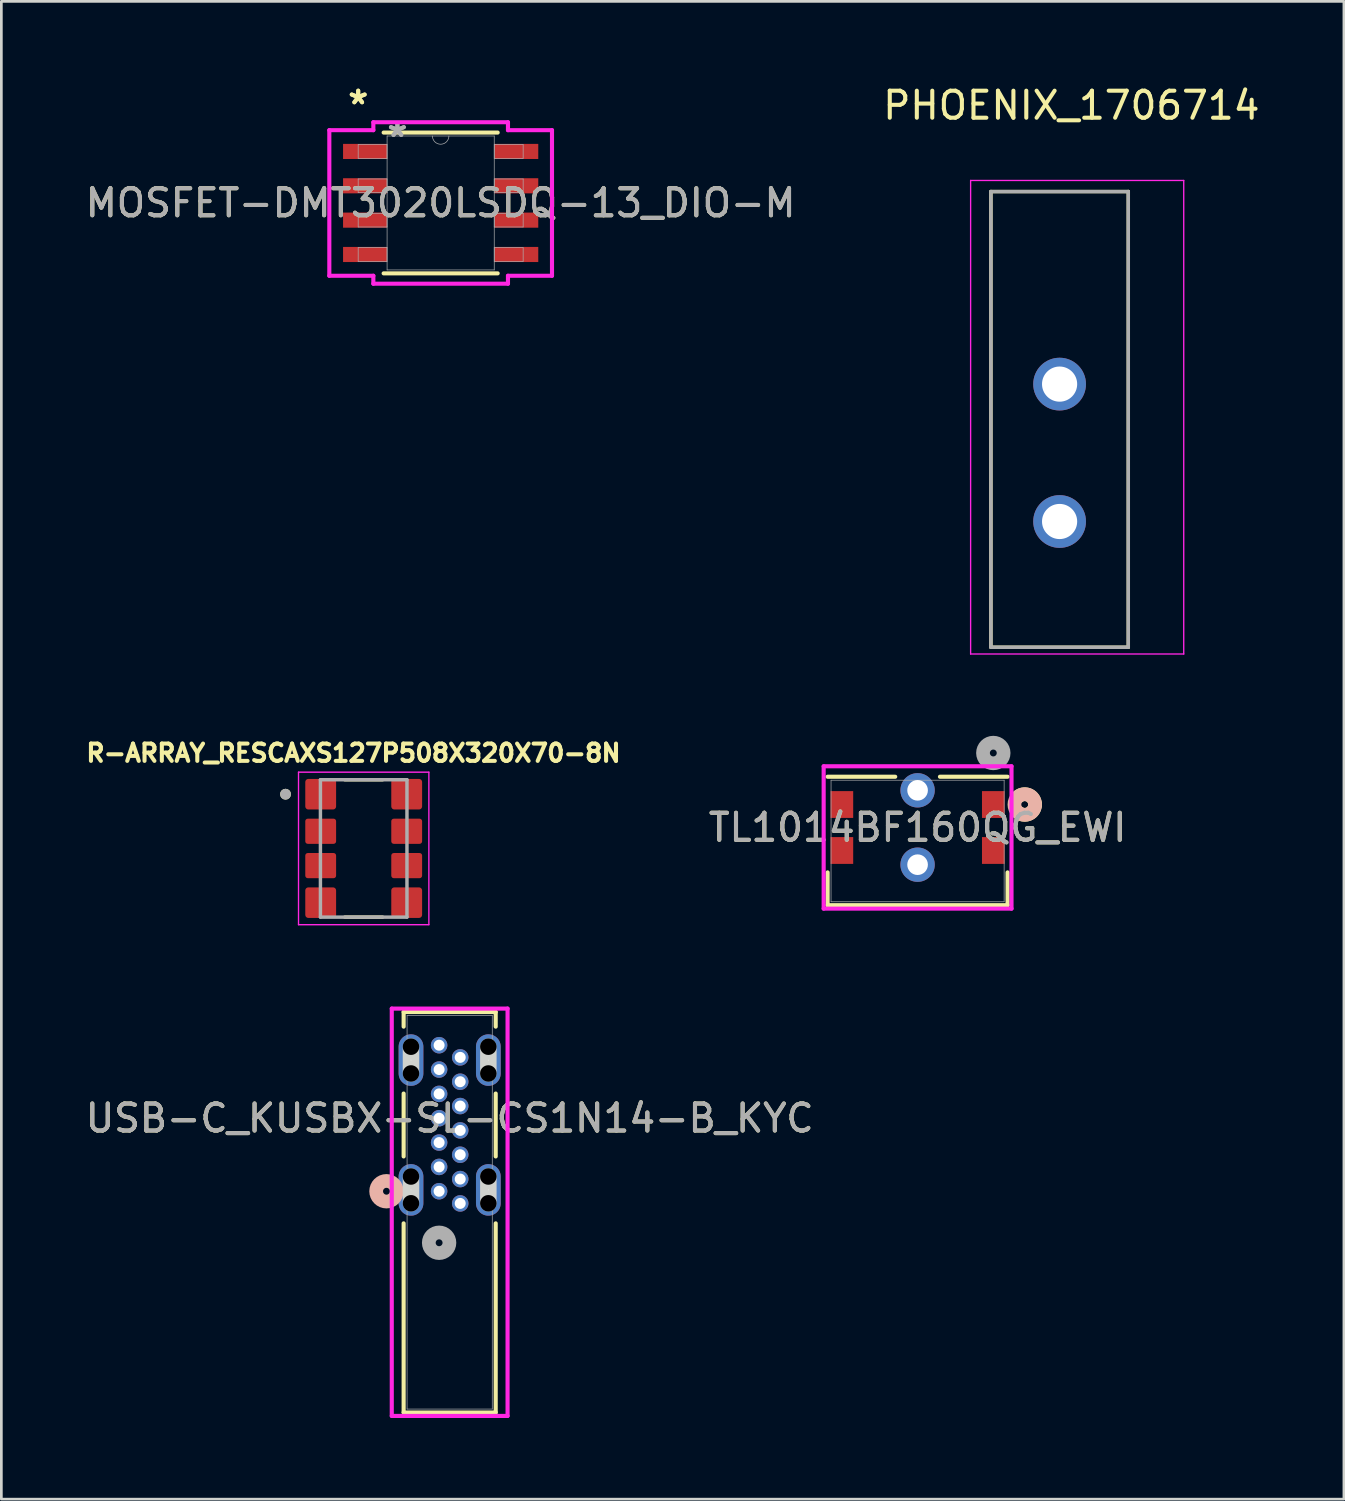
<source format=kicad_pcb>
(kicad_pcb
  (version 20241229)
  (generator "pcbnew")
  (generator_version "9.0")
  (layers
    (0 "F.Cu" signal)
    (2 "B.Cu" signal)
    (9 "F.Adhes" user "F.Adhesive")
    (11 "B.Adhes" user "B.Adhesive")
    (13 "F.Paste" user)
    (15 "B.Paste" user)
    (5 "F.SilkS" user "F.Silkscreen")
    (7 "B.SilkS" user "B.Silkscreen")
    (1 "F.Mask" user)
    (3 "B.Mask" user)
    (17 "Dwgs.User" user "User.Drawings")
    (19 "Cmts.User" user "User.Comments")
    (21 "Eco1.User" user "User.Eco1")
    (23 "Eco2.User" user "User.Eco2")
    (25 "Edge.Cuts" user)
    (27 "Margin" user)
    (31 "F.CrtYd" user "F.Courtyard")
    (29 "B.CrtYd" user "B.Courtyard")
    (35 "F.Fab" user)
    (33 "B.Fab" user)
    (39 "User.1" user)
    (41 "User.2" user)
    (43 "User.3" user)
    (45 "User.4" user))
  (footprint "R-ARRAY_RESCAXS127P508X320X70-8N"
    (layer "F.Cu")
    (at 10.398 28.322)
    (property "Reference" "R-ARRAY_RESCAXS127P508X320X70-8N" (at -0.378 -3.526 0) (layer "F.SilkS") (effects (font (size 0.64 0.64) (thickness 0.15))))
    (attr smd)
    (fp_line (start -0.7 -2.54) (end 0.7 -2.54) (stroke (width 0.127) (type solid)) (layer "F.SilkS"))
    (fp_line (start -0.7 2.54) (end 0.7 2.54) (stroke (width 0.127) (type solid)) (layer "F.SilkS"))
    (fp_circle (center -2.89 -2.005) (end -2.79 -2.005) (stroke (width 0.2) (type solid)) (fill no) (layer "F.SilkS"))
    (fp_line (start -2.41 -2.82) (end -2.41 2.82) (stroke (width 0.05) (type solid)) (layer "F.CrtYd"))
    (fp_line (start -2.41 2.82) (end 2.41 2.82) (stroke (width 0.05) (type solid)) (layer "F.CrtYd"))
    (fp_line (start 2.41 -2.82) (end -2.41 -2.82) (stroke (width 0.05) (type solid)) (layer "F.CrtYd"))
    (fp_line (start 2.41 2.82) (end 2.41 -2.82) (stroke (width 0.05) (type solid)) (layer "F.CrtYd"))
    (fp_line (start -1.6 -2.54) (end -1.6 2.54) (stroke (width 0.127) (type solid)) (layer "F.Fab"))
    (fp_line (start -1.6 2.54) (end 1.6 2.54) (stroke (width 0.127) (type solid)) (layer "F.Fab"))
    (fp_line (start 1.6 -2.54) (end -1.6 -2.54) (stroke (width 0.127) (type solid)) (layer "F.Fab"))
    (fp_line (start 1.6 2.54) (end 1.6 -2.54) (stroke (width 0.127) (type solid)) (layer "F.Fab"))
    (fp_circle (center -2.89 -2.005) (end -2.79 -2.005) (stroke (width 0.2) (type solid)) (fill no) (layer "F.Fab"))
    (pad "1" smd roundrect (at -1.59 -2.005) (size 1.14 1.13) (layers "F.Cu" "F.Mask" "F.Paste") (roundrect_rratio 0.1))
    (pad "2" smd roundrect (at -1.59 -0.635) (size 1.14 0.93) (layers "F.Cu" "F.Mask" "F.Paste") (roundrect_rratio 0.1))
    (pad "3" smd roundrect (at -1.59 0.635) (size 1.14 0.93) (layers "F.Cu" "F.Mask" "F.Paste") (roundrect_rratio 0.1))
    (pad "4" smd roundrect (at -1.59 2.005) (size 1.14 1.13) (layers "F.Cu" "F.Mask" "F.Paste") (roundrect_rratio 0.1))
    (pad "5" smd roundrect (at 1.59 2.005) (size 1.14 1.13) (layers "F.Cu" "F.Mask" "F.Paste") (roundrect_rratio 0.1))
    (pad "6" smd roundrect (at 1.59 0.635) (size 1.14 0.93) (layers "F.Cu" "F.Mask" "F.Paste") (roundrect_rratio 0.1))
    (pad "7" smd roundrect (at 1.59 -0.635) (size 1.14 0.93) (layers "F.Cu" "F.Mask" "F.Paste") (roundrect_rratio 0.1))
    (pad "8" smd roundrect (at 1.59 -2.005) (size 1.14 1.13) (layers "F.Cu" "F.Mask" "F.Paste") (roundrect_rratio 0.1)))
  (footprint "PHOENIX_1706714"
    (layer "F.Cu")
    (at 33.59 20.883)
    (property "Reference" "PHOENIX_1706714" (at 2.975 -20.035 0) (layer "F.SilkS") (effects (font (size 1 1) (thickness 0.15))))
    (attr through_hole)
    (fp_line (start 0 -16.85) (end 5.08 -16.85) (stroke (width 0.127) (type solid)) (layer "F.SilkS"))
    (fp_line (start 0 0) (end 0 -16.85) (stroke (width 0.127) (type solid)) (layer "F.SilkS"))
    (fp_line (start 5.08 -16.85) (end 5.08 0) (stroke (width 0.127) (type solid)) (layer "F.SilkS"))
    (fp_line (start 5.08 0) (end 0 0) (stroke (width 0.127) (type solid)) (layer "F.SilkS"))
    (fp_line (start -0.75 -17.26) (end -0.75 0.25) (stroke (width 0.05) (type solid)) (layer "F.CrtYd"))
    (fp_line (start -0.75 0.25) (end 7.13 0.25) (stroke (width 0.05) (type solid)) (layer "F.CrtYd"))
    (fp_line (start 7.13 -17.26) (end -0.75 -17.26) (stroke (width 0.05) (type solid)) (layer "F.CrtYd"))
    (fp_line (start 7.13 0.25) (end 7.13 -17.26) (stroke (width 0.05) (type solid)) (layer "F.CrtYd"))
    (fp_line (start 0 -16.85) (end 5.08 -16.85) (stroke (width 0.127) (type solid)) (layer "F.Fab"))
    (fp_line (start 0 0) (end 0 -16.85) (stroke (width 0.127) (type solid)) (layer "F.Fab"))
    (fp_line (start 5.08 -16.85) (end 5.08 0) (stroke (width 0.127) (type solid)) (layer "F.Fab"))
    (fp_line (start 5.08 0) (end 0 0) (stroke (width 0.127) (type solid)) (layer "F.Fab"))
    (pad "1_1" thru_hole circle (at 2.54 -9.73) (size 1.95 1.95) (drill 1.3) (layers "*.Cu" "*.Mask"))
    (pad "1_2" thru_hole circle (at 2.54 -4.65) (size 1.95 1.95) (drill 1.3) (layers "*.Cu" "*.Mask")))
  (footprint "TL1014BF160QG_EWI"
    (layer "F.Cu")
    (at 30.879 28.046)
    (property "Reference" "TL1014BF160QG_EWI" (at 0 -0.498 0) (unlocked yes) (layer "F.SilkS") (effects (font (size 1 1) (thickness 0.15))))
    (attr smd)
    (fp_line (start -3.327 1.162) (end -3.327 2.375) (stroke (width 0.152) (type solid)) (layer "F.SilkS"))
    (fp_line (start -3.327 2.375) (end 3.327 2.375) (stroke (width 0.152) (type solid)) (layer "F.SilkS"))
    (fp_line (start -0.827 -2.375) (end -3.327 -2.375) (stroke (width 0.152) (type solid)) (layer "F.SilkS"))
    (fp_line (start 3.327 -2.375) (end 0.827 -2.375) (stroke (width 0.152) (type solid)) (layer "F.SilkS"))
    (fp_line (start 3.327 2.375) (end 3.327 1.162) (stroke (width 0.152) (type solid)) (layer "F.SilkS"))
    (fp_arc (start 3.729639 -1.649535) (mid 4.130446 -1.689838) (end 4.3434 -1.3479) (stroke (width 0.508) (type solid)) (layer "F.SilkS"))
    (fp_arc (start 4.3434 -1.347899) (mid 4.130446 -1.005962) (end 3.729639 -1.046265) (stroke (width 0.508) (type solid)) (layer "F.SilkS"))
    (fp_circle (center 3.962 -1.348) (end 4.343 -1.348) (stroke (width 0.508) (type solid)) (fill no) (layer "B.SilkS"))
    (fp_line (start -3.473 -2.762) (end -3.473 2.502) (stroke (width 0.152) (type solid)) (layer "F.CrtYd"))
    (fp_line (start -3.473 2.502) (end 3.473 2.502) (stroke (width 0.152) (type solid)) (layer "F.CrtYd"))
    (fp_line (start 3.473 -2.762) (end -3.473 -2.762) (stroke (width 0.152) (type solid)) (layer "F.CrtYd"))
    (fp_line (start 3.473 2.502) (end 3.473 -2.762) (stroke (width 0.152) (type solid)) (layer "F.CrtYd"))
    (fp_line (start -3.2 -2.248) (end -3.2 2.248) (stroke (width 0.025) (type solid)) (layer "F.Fab"))
    (fp_line (start -3.2 2.248) (end 3.2 2.248) (stroke (width 0.025) (type solid)) (layer "F.Fab"))
    (fp_line (start 3.2 -2.248) (end -3.2 -2.248) (stroke (width 0.025) (type solid)) (layer "F.Fab"))
    (fp_line (start 3.2 2.248) (end 3.2 -2.248) (stroke (width 0.025) (type solid)) (layer "F.Fab"))
    (fp_circle (center 2.8 -3.253) (end 3.181 -3.253) (stroke (width 0.508) (type solid)) (fill no) (layer "F.Fab"))
    (fp_text user "${REFERENCE}" (at 0 -0.498 0) (unlocked yes) (layer "F.Fab") (effects (font (size 1 1) (thickness 0.15))))
    (pad "1" smd rect (at 2.8 -1.348) (size 0.838 0.991) (layers "F.Cu" "F.Mask" "F.Paste"))
    (pad "2" smd rect (at 2.8 0.352) (size 0.838 0.991) (layers "F.Cu" "F.Mask" "F.Paste"))
    (pad "3" smd rect (at -2.8 -1.348) (size 0.838 0.991) (layers "F.Cu" "F.Mask" "F.Paste"))
    (pad "4" smd rect (at -2.8 0.352) (size 0.838 0.991) (layers "F.Cu" "F.Mask" "F.Paste"))
    (pad "5" thru_hole circle (at 0 -1.873 90) (size 1.27 1.27) (drill 0.762) (layers "*.Cu" "*.Mask"))
    (pad "6" thru_hole circle (at 0 0.877 90) (size 1.27 1.27) (drill 0.762) (layers "*.Cu" "*.Mask")))
  (footprint "USB-C_KUSBX-SL-CS1N14-B_KYC"
    (layer "F.Cu")
    (at 13.187 40.998)
    (property "Reference" "USB-C_KUSBX-SL-CS1N14-B_KYC" (at 0.39 -2.7 0) (unlocked yes) (layer "F.SilkS") (effects (font (size 1 1) (thickness 0.15))))
    (attr through_hole)
    (fp_line (start -1.312 -6.627) (end -1.312 -6.087) (stroke (width 0.152) (type solid)) (layer "F.SilkS"))
    (fp_line (start -1.312 -3.613) (end -1.312 -1.287) (stroke (width 0.152) (type solid)) (layer "F.SilkS"))
    (fp_line (start -1.312 1.187) (end -1.312 8.181) (stroke (width 0.152) (type solid)) (layer "F.SilkS"))
    (fp_line (start -1.312 8.181) (end 2.092 8.181) (stroke (width 0.152) (type solid)) (layer "F.SilkS"))
    (fp_line (start 2.092 -6.627) (end -1.312 -6.627) (stroke (width 0.152) (type solid)) (layer "F.SilkS"))
    (fp_line (start 2.092 -6.087) (end 2.092 -6.627) (stroke (width 0.152) (type solid)) (layer "F.SilkS"))
    (fp_line (start 2.092 -1.287) (end 2.092 -3.613) (stroke (width 0.152) (type solid)) (layer "F.SilkS"))
    (fp_line (start 2.092 8.181) (end 2.092 1.187) (stroke (width 0.152) (type solid)) (layer "F.SilkS"))
    (fp_circle (center -1.947 0) (end -1.566 0) (stroke (width 0.508) (type solid)) (fill no) (layer "B.SilkS"))
    (fp_line (start -1.04 -4.355) (end -1.04 -5.345) (stroke (width 0.61) (type solid)) (layer "Edge.Cuts"))
    (fp_line (start -1.04 0.445) (end -1.04 -0.545) (stroke (width 0.61) (type solid)) (layer "Edge.Cuts"))
    (fp_line (start 1.82 -4.355) (end 1.82 -5.345) (stroke (width 0.61) (type solid)) (layer "Edge.Cuts"))
    (fp_line (start 1.82 0.445) (end 1.82 -0.545) (stroke (width 0.61) (type solid)) (layer "Edge.Cuts"))
    (fp_line (start -1.751 -6.754) (end -1.751 8.308) (stroke (width 0.152) (type solid)) (layer "F.CrtYd"))
    (fp_line (start -1.751 8.308) (end 2.531 8.308) (stroke (width 0.152) (type solid)) (layer "F.CrtYd"))
    (fp_line (start 2.531 -6.754) (end -1.751 -6.754) (stroke (width 0.152) (type solid)) (layer "F.CrtYd"))
    (fp_line (start 2.531 8.308) (end 2.531 -6.754) (stroke (width 0.152) (type solid)) (layer "F.CrtYd"))
    (fp_line (start -1.185 -6.5) (end -1.185 8.054) (stroke (width 0.025) (type solid)) (layer "F.Fab"))
    (fp_line (start -1.185 8.054) (end 1.965 8.054) (stroke (width 0.025) (type solid)) (layer "F.Fab"))
    (fp_line (start 1.965 -6.5) (end -1.185 -6.5) (stroke (width 0.025) (type solid)) (layer "F.Fab"))
    (fp_line (start 1.965 8.054) (end 1.965 -6.5) (stroke (width 0.025) (type solid)) (layer "F.Fab"))
    (fp_circle (center 0 1.905) (end 0.381 1.905) (stroke (width 0.508) (type solid)) (fill no) (layer "F.Fab"))
    (fp_text user "${REFERENCE}" (at 0.39 -2.7 0) (unlocked yes) (layer "F.Fab") (effects (font (size 1 1) (thickness 0.15))))
    (pad "" np_thru_hole circle (at -1.04 -5.345) (size 0.61 0.61) (drill 0.61) (layers))
    (pad "" np_thru_hole circle (at -1.04 -4.355) (size 0.61 0.61) (drill 0.61) (layers))
    (pad "" np_thru_hole circle (at -1.04 -0.545) (size 0.61 0.61) (drill 0.61) (layers))
    (pad "" np_thru_hole circle (at -1.04 0.445) (size 0.61 0.61) (drill 0.61) (layers))
    (pad "" np_thru_hole circle (at 1.82 -5.345) (size 0.61 0.61) (drill 0.61) (layers))
    (pad "" np_thru_hole circle (at 1.82 -4.355) (size 0.61 0.61) (drill 0.61) (layers))
    (pad "" np_thru_hole circle (at 1.82 -0.545) (size 0.61 0.61) (drill 0.61) (layers))
    (pad "" np_thru_hole circle (at 1.82 0.445) (size 0.61 0.61) (drill 0.61) (layers))
    (pad "A1" thru_hole circle (at 0 0) (size 0.61 0.61) (drill 0.406) (layers "*.Cu" "*.Mask"))
    (pad "A4" thru_hole circle (at 0 -0.9) (size 0.61 0.61) (drill 0.406) (layers "*.Cu" "*.Mask"))
    (pad "A5" thru_hole circle (at 0 -1.8) (size 0.61 0.61) (drill 0.406) (layers "*.Cu" "*.Mask"))
    (pad "A6" thru_hole circle (at 0 -2.7) (size 0.61 0.61) (drill 0.406) (layers "*.Cu" "*.Mask"))
    (pad "A7" thru_hole circle (at 0 -3.6) (size 0.61 0.61) (drill 0.406) (layers "*.Cu" "*.Mask"))
    (pad "A9" thru_hole circle (at 0 -4.5) (size 0.61 0.61) (drill 0.406) (layers "*.Cu" "*.Mask"))
    (pad "A12" thru_hole circle (at 0 -5.4) (size 0.61 0.61) (drill 0.406) (layers "*.Cu" "*.Mask"))
    (pad "B1" thru_hole circle (at 0.78 -4.95) (size 0.61 0.61) (drill 0.406) (layers "*.Cu" "*.Mask"))
    (pad "B4" thru_hole circle (at 0.78 -4.05) (size 0.61 0.61) (drill 0.406) (layers "*.Cu" "*.Mask"))
    (pad "B5" thru_hole circle (at 0.78 -3.15) (size 0.61 0.61) (drill 0.406) (layers "*.Cu" "*.Mask"))
    (pad "B6" thru_hole circle (at 0.78 -2.25) (size 0.61 0.61) (drill 0.406) (layers "*.Cu" "*.Mask"))
    (pad "B7" thru_hole circle (at 0.78 -1.35) (size 0.61 0.61) (drill 0.406) (layers "*.Cu" "*.Mask"))
    (pad "B9" thru_hole circle (at 0.78 -0.45) (size 0.61 0.61) (drill 0.406) (layers "*.Cu" "*.Mask"))
    (pad "B12" thru_hole circle (at 0.78 0.45) (size 0.61 0.61) (drill 0.406) (layers "*.Cu" "*.Mask"))
    (pad "S_1" thru_hole oval (at -1.04 -0.05 90) (size 1.905 0.914) (drill 0.025) (layers "*.Cu" "*.Mask"))
    (pad "S_2" thru_hole oval (at 1.82 -0.05 90) (size 1.905 0.914) (drill 0.025) (layers "*.Cu" "*.Mask"))
    (pad "S_3" thru_hole oval (at -1.04 -4.85 90) (size 1.905 0.914) (drill 0.025) (layers "*.Cu" "*.Mask"))
    (pad "S_4" thru_hole oval (at 1.82 -4.85 90) (size 1.905 0.914) (drill 0.025) (layers "*.Cu" "*.Mask")))
  (footprint "MOSFET-DMT3020LSDQ-13_DIO-M"
    (layer "F.Cu")
    (at 13.244 4.455)
    (property "Reference" "MOSFET-DMT3020LSDQ-13_DIO-M" (at 0 0 0) (unlocked yes) (layer "F.SilkS") (effects (font (size 1 1) (thickness 0.15))))
    (attr smd)
    (fp_line (start -2.108 2.603) (end 2.108 2.603) (stroke (width 0.152) (type solid)) (layer "F.SilkS"))
    (fp_line (start 2.108 -2.603) (end -2.108 -2.603) (stroke (width 0.152) (type solid)) (layer "F.SilkS"))
    (fp_line (start -4.117 -2.692) (end -2.489 -2.692) (stroke (width 0.152) (type solid)) (layer "F.CrtYd"))
    (fp_line (start -4.117 2.692) (end -4.117 -2.692) (stroke (width 0.152) (type solid)) (layer "F.CrtYd"))
    (fp_line (start -4.117 2.692) (end -2.489 2.692) (stroke (width 0.152) (type solid)) (layer "F.CrtYd"))
    (fp_line (start -2.489 -2.985) (end 2.489 -2.985) (stroke (width 0.152) (type solid)) (layer "F.CrtYd"))
    (fp_line (start -2.489 -2.692) (end -2.489 -2.985) (stroke (width 0.152) (type solid)) (layer "F.CrtYd"))
    (fp_line (start -2.489 2.985) (end -2.489 2.692) (stroke (width 0.152) (type solid)) (layer "F.CrtYd"))
    (fp_line (start 2.489 -2.985) (end 2.489 -2.692) (stroke (width 0.152) (type solid)) (layer "F.CrtYd"))
    (fp_line (start 2.489 2.692) (end 2.489 2.985) (stroke (width 0.152) (type solid)) (layer "F.CrtYd"))
    (fp_line (start 2.489 2.985) (end -2.489 2.985) (stroke (width 0.152) (type solid)) (layer "F.CrtYd"))
    (fp_line (start 4.117 -2.692) (end 2.489 -2.692) (stroke (width 0.152) (type solid)) (layer "F.CrtYd"))
    (fp_line (start 4.117 -2.692) (end 4.117 2.692) (stroke (width 0.152) (type solid)) (layer "F.CrtYd"))
    (fp_line (start 4.117 2.692) (end 2.489 2.692) (stroke (width 0.152) (type solid)) (layer "F.CrtYd"))
    (fp_line (start -3.05 -2.159) (end -3.05 -1.651) (stroke (width 0.025) (type solid)) (layer "F.Fab"))
    (fp_line (start -3.05 -1.651) (end -1.981 -1.651) (stroke (width 0.025) (type solid)) (layer "F.Fab"))
    (fp_line (start -3.05 -0.889) (end -3.05 -0.381) (stroke (width 0.025) (type solid)) (layer "F.Fab"))
    (fp_line (start -3.05 -0.381) (end -1.981 -0.381) (stroke (width 0.025) (type solid)) (layer "F.Fab"))
    (fp_line (start -3.05 0.381) (end -3.05 0.889) (stroke (width 0.025) (type solid)) (layer "F.Fab"))
    (fp_line (start -3.05 0.889) (end -1.981 0.889) (stroke (width 0.025) (type solid)) (layer "F.Fab"))
    (fp_line (start -3.05 1.651) (end -3.05 2.159) (stroke (width 0.025) (type solid)) (layer "F.Fab"))
    (fp_line (start -3.05 2.159) (end -1.981 2.159) (stroke (width 0.025) (type solid)) (layer "F.Fab"))
    (fp_line (start -1.981 -2.477) (end -1.981 2.477) (stroke (width 0.025) (type solid)) (layer "F.Fab"))
    (fp_line (start -1.981 -2.159) (end -3.05 -2.159) (stroke (width 0.025) (type solid)) (layer "F.Fab"))
    (fp_line (start -1.981 -1.651) (end -1.981 -2.159) (stroke (width 0.025) (type solid)) (layer "F.Fab"))
    (fp_line (start -1.981 -0.889) (end -3.05 -0.889) (stroke (width 0.025) (type solid)) (layer "F.Fab"))
    (fp_line (start -1.981 -0.381) (end -1.981 -0.889) (stroke (width 0.025) (type solid)) (layer "F.Fab"))
    (fp_line (start -1.981 0.381) (end -3.05 0.381) (stroke (width 0.025) (type solid)) (layer "F.Fab"))
    (fp_line (start -1.981 0.889) (end -1.981 0.381) (stroke (width 0.025) (type solid)) (layer "F.Fab"))
    (fp_line (start -1.981 1.651) (end -3.05 1.651) (stroke (width 0.025) (type solid)) (layer "F.Fab"))
    (fp_line (start -1.981 2.159) (end -1.981 1.651) (stroke (width 0.025) (type solid)) (layer "F.Fab"))
    (fp_line (start -1.981 2.477) (end 1.981 2.477) (stroke (width 0.025) (type solid)) (layer "F.Fab"))
    (fp_line (start 1.981 -2.477) (end -1.981 -2.477) (stroke (width 0.025) (type solid)) (layer "F.Fab"))
    (fp_line (start 1.981 -2.159) (end 1.981 -1.651) (stroke (width 0.025) (type solid)) (layer "F.Fab"))
    (fp_line (start 1.981 -1.651) (end 3.05 -1.651) (stroke (width 0.025) (type solid)) (layer "F.Fab"))
    (fp_line (start 1.981 -0.889) (end 1.981 -0.381) (stroke (width 0.025) (type solid)) (layer "F.Fab"))
    (fp_line (start 1.981 -0.381) (end 3.05 -0.381) (stroke (width 0.025) (type solid)) (layer "F.Fab"))
    (fp_line (start 1.981 0.381) (end 1.981 0.889) (stroke (width 0.025) (type solid)) (layer "F.Fab"))
    (fp_line (start 1.981 0.889) (end 3.05 0.889) (stroke (width 0.025) (type solid)) (layer "F.Fab"))
    (fp_line (start 1.981 1.651) (end 1.981 2.159) (stroke (width 0.025) (type solid)) (layer "F.Fab"))
    (fp_line (start 1.981 2.159) (end 3.05 2.159) (stroke (width 0.025) (type solid)) (layer "F.Fab"))
    (fp_line (start 1.981 2.477) (end 1.981 -2.477) (stroke (width 0.025) (type solid)) (layer "F.Fab"))
    (fp_line (start 3.05 -2.159) (end 1.981 -2.159) (stroke (width 0.025) (type solid)) (layer "F.Fab"))
    (fp_line (start 3.05 -1.651) (end 3.05 -2.159) (stroke (width 0.025) (type solid)) (layer "F.Fab"))
    (fp_line (start 3.05 -0.889) (end 1.981 -0.889) (stroke (width 0.025) (type solid)) (layer "F.Fab"))
    (fp_line (start 3.05 -0.381) (end 3.05 -0.889) (stroke (width 0.025) (type solid)) (layer "F.Fab"))
    (fp_line (start 3.05 0.381) (end 1.981 0.381) (stroke (width 0.025) (type solid)) (layer "F.Fab"))
    (fp_line (start 3.05 0.889) (end 3.05 0.381) (stroke (width 0.025) (type solid)) (layer "F.Fab"))
    (fp_line (start 3.05 1.651) (end 1.981 1.651) (stroke (width 0.025) (type solid)) (layer "F.Fab"))
    (fp_line (start 3.05 2.159) (end 3.05 1.651) (stroke (width 0.025) (type solid)) (layer "F.Fab"))
    (fp_arc (start 0.3048 -2.4765) (mid 0 -2.1717) (end -0.3048 -2.4765) (stroke (width 0.0254) (type solid)) (layer "F.Fab"))
    (fp_text user "*" (at -3.049 -3.607 0) (layer "F.SilkS") (effects (font (size 1 1) (thickness 0.15))))
    (fp_text user "*" (at -3.049 -3.607 0) (unlocked yes) (layer "F.SilkS") (effects (font (size 1 1) (thickness 0.15))))
    (fp_text user "${REFERENCE}" (at 0 0 0) (unlocked yes) (layer "F.Fab") (effects (font (size 1 1) (thickness 0.15))))
    (fp_text user "*" (at -1.6 -2.4 0) (unlocked yes) (layer "F.Fab") (effects (font (size 1 1) (thickness 0.15))))
    (fp_text user "*" (at -1.6 -2.4 0) (layer "F.Fab") (effects (font (size 1 1) (thickness 0.15))))
    (pad "1" smd rect (at -2.795 -1.905) (size 1.628 0.559) (layers "F.Cu" "F.Mask" "F.Paste"))
    (pad "2" smd rect (at -2.795 -0.635) (size 1.628 0.559) (layers "F.Cu" "F.Mask" "F.Paste"))
    (pad "3" smd rect (at -2.795 0.635) (size 1.628 0.559) (layers "F.Cu" "F.Mask" "F.Paste"))
    (pad "4" smd rect (at -2.795 1.905) (size 1.628 0.559) (layers "F.Cu" "F.Mask" "F.Paste"))
    (pad "5" smd rect (at 2.795 1.905) (size 1.628 0.559) (layers "F.Cu" "F.Mask" "F.Paste"))
    (pad "6" smd rect (at 2.795 0.635) (size 1.628 0.559) (layers "F.Cu" "F.Mask" "F.Paste"))
    (pad "7" smd rect (at 2.795 -0.635) (size 1.628 0.559) (layers "F.Cu" "F.Mask" "F.Paste"))
    (pad "8" smd rect (at 2.795 -1.905) (size 1.628 0.559) (layers "F.Cu" "F.Mask" "F.Paste")))
  (gr_rect
    (start -3 -3)
    (end 46.643 52.382)
    (stroke (width 0.1) (type default))
    (fill no)
    (layer "Edge.Cuts")))
</source>
